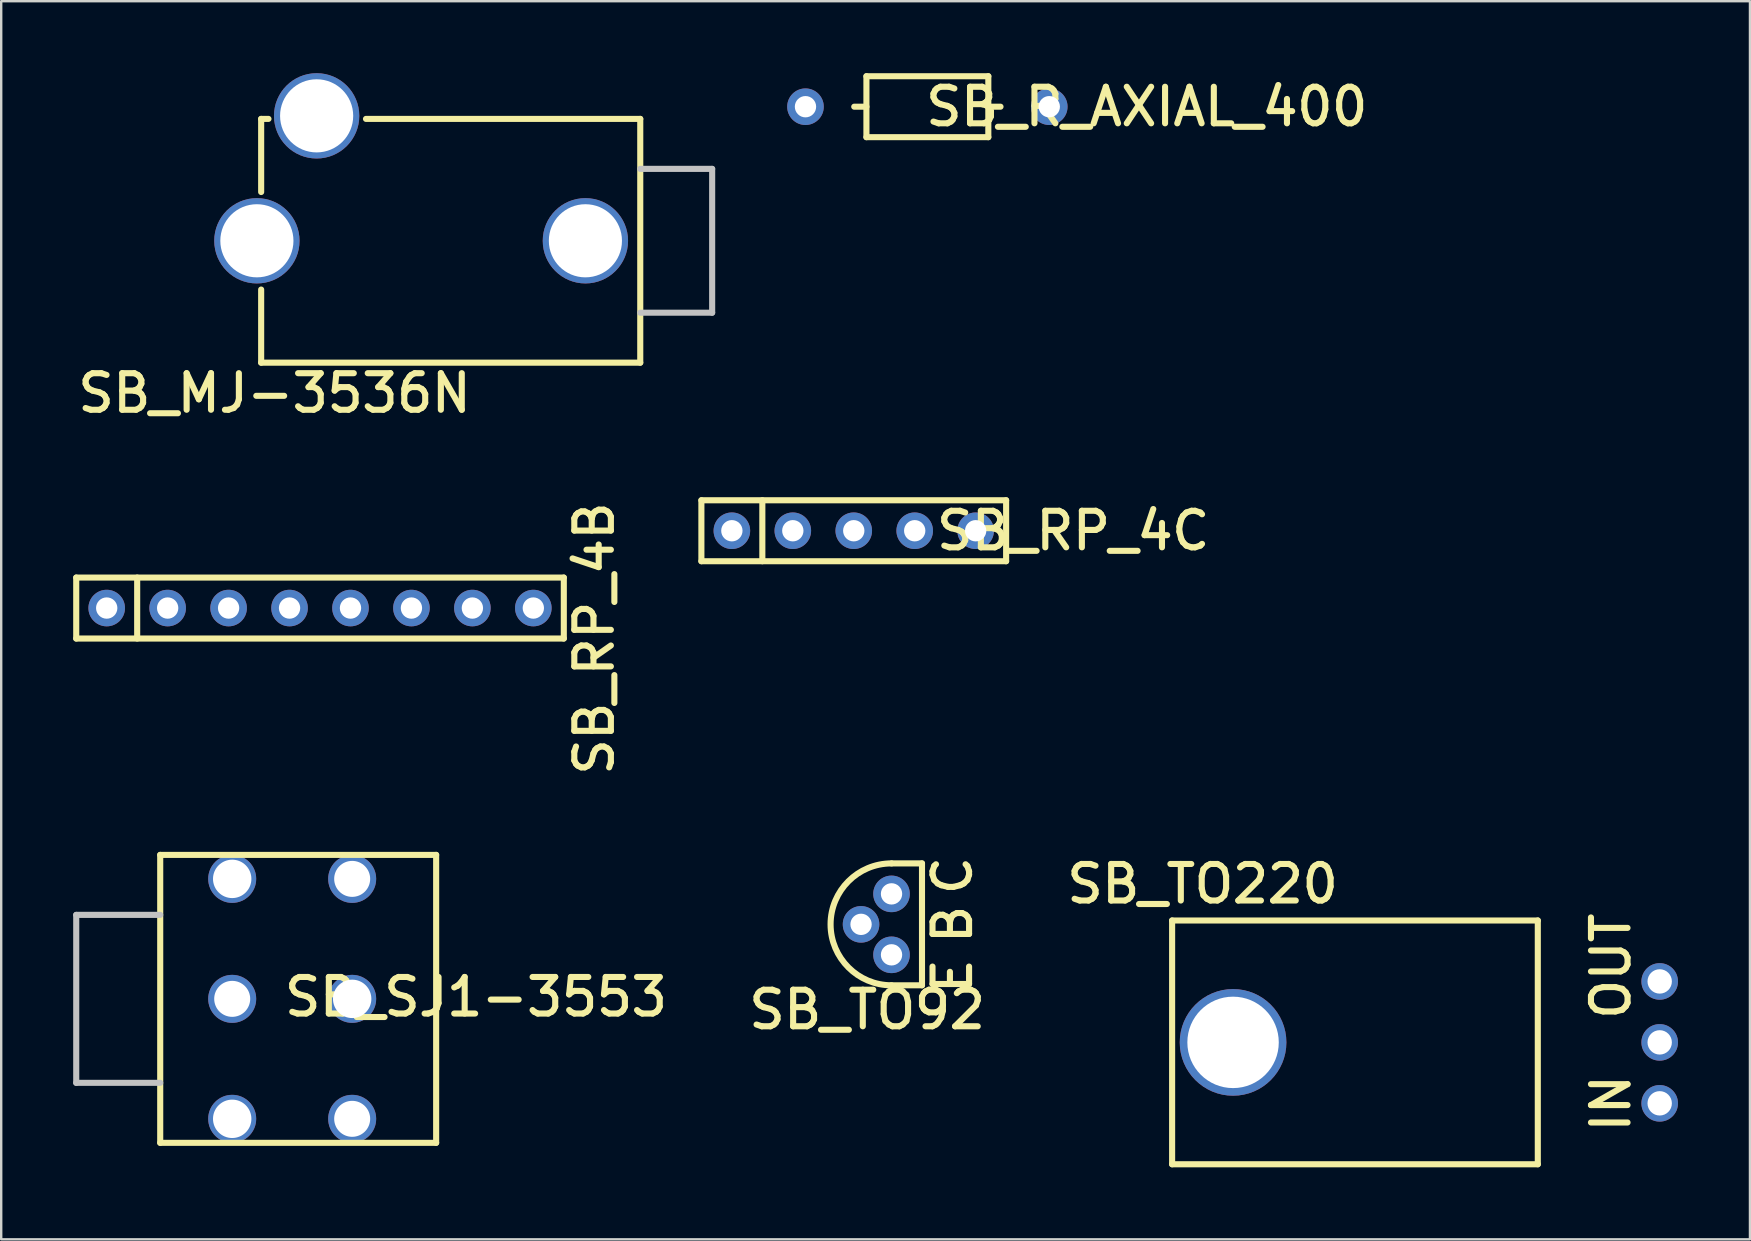
<source format=kicad_pcb>
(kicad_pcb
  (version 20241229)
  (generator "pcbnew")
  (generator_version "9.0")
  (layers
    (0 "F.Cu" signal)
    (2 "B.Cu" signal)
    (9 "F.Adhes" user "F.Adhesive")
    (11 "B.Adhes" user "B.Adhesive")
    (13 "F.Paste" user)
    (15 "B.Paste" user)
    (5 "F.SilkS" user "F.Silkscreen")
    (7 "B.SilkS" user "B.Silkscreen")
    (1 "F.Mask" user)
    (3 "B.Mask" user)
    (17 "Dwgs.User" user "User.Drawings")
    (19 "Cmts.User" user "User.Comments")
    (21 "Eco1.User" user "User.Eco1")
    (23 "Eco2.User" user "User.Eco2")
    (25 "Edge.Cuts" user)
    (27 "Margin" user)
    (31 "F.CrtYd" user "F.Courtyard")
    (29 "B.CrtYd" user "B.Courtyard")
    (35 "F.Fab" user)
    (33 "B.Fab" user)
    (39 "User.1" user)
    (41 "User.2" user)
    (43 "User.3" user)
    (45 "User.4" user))
  (footprint "SB_R_AXIAL_400"
    (layer "F.Cu")
    (at 30.519 1.397)
    (property "Reference" "SB_R_AXIAL_400" (at 14.224 0 0) (layer "F.SilkS") (effects (font (size 1.524 1.524) (thickness 0.254))))
    (attr through_hole)
    (fp_line (start 2.54 -1.27) (end 2.54 1.27) (stroke (width 0.254) (type solid)) (layer "F.SilkS"))
    (fp_line (start 2.54 -1.27) (end 7.62 -1.27) (stroke (width 0.254) (type solid)) (layer "F.SilkS"))
    (fp_line (start 2.54 0) (end 2.032 0) (stroke (width 0.254) (type solid)) (layer "F.SilkS"))
    (fp_line (start 2.54 1.27) (end 7.62 1.27) (stroke (width 0.254) (type solid)) (layer "F.SilkS"))
    (fp_line (start 7.62 0) (end 8.128 0) (stroke (width 0.254) (type solid)) (layer "F.SilkS"))
    (fp_line (start 7.62 1.27) (end 7.62 -1.27) (stroke (width 0.254) (type solid)) (layer "F.SilkS"))
    (pad "1" thru_hole circle (at 0 0 270) (size 1.524 1.524) (drill 0.889) (layers "*.Cu" "*.Mask"))
    (pad "2" thru_hole circle (at 10.16 0 270) (size 1.524 1.524) (drill 0.889) (layers "*.Cu" "*.Mask")))
  (footprint "SB_TO92"
    (layer "F.Cu")
    (at 34.105 36.743)
    (property "Reference" "SB_TO92" (at -1.016 2.286 0) (layer "F.SilkS") (effects (font (size 1.524 1.524) (thickness 0.254))))
    (attr through_hole)
    (fp_line (start 0 1.27) (end 1.27 1.27) (stroke (width 0.254) (type solid)) (layer "F.SilkS"))
    (fp_line (start 1.27 -3.81) (end 0 -3.81) (stroke (width 0.254) (type solid)) (layer "F.SilkS"))
    (fp_line (start 1.27 1.27) (end 1.27 -3.81) (stroke (width 0.254) (type solid)) (layer "F.SilkS"))
    (fp_arc (start 0 1.27) (mid -2.54 -1.27) (end 0 -3.81) (stroke (width 0.254) (type solid)) (layer "F.SilkS"))
    (fp_text user "E" (at 2.54 0.889 90) (layer "F.SilkS") (effects (font (size 1.524 1.524) (thickness 0.254))))
    (fp_text user "B" (at 2.54 -1.27 90) (layer "F.SilkS") (effects (font (size 1.524 1.524) (thickness 0.254))))
    (fp_text user "C" (at 2.54 -3.302 90) (layer "F.SilkS") (effects (font (size 1.524 1.524) (thickness 0.254))))
    (pad "1" thru_hole circle (at 0 0 270) (size 1.524 1.524) (drill 0.889) (layers "*.Cu" "*.Mask"))
    (pad "2" thru_hole circle (at -1.27 -1.27 270) (size 1.524 1.524) (drill 0.889) (layers "*.Cu" "*.Mask"))
    (pad "3" thru_hole circle (at 0 -2.54 270) (size 1.524 1.524) (drill 0.889) (layers "*.Cu" "*.Mask")))
  (footprint "SB_RP_4C"
    (layer "F.Cu")
    (at 27.451 19.069)
    (property "Reference" "SB_RP_4C" (at 14.224 0 0) (layer "F.SilkS") (effects (font (size 1.524 1.524) (thickness 0.254))))
    (attr through_hole)
    (fp_line (start -1.27 -1.27) (end -1.27 1.27) (stroke (width 0.254) (type solid)) (layer "F.SilkS"))
    (fp_line (start -1.27 1.27) (end 11.43 1.27) (stroke (width 0.254) (type solid)) (layer "F.SilkS"))
    (fp_line (start 1.27 -1.27) (end 1.27 1.27) (stroke (width 0.254) (type solid)) (layer "F.SilkS"))
    (fp_line (start 11.43 -1.27) (end -1.27 -1.27) (stroke (width 0.254) (type solid)) (layer "F.SilkS"))
    (fp_line (start 11.43 1.27) (end 11.43 -1.27) (stroke (width 0.254) (type solid)) (layer "F.SilkS"))
    (pad "1" thru_hole circle (at 0 0 270) (size 1.524 1.524) (drill 0.889) (layers "*.Cu" "*.Mask"))
    (pad "2" thru_hole circle (at 2.54 0 270) (size 1.524 1.524) (drill 0.889) (layers "*.Cu" "*.Mask"))
    (pad "3" thru_hole circle (at 5.08 0) (size 1.524 1.524) (drill 0.889) (layers "*.Cu" "*.Mask"))
    (pad "4" thru_hole circle (at 7.62 0) (size 1.524 1.524) (drill 0.889) (layers "*.Cu" "*.Mask"))
    (pad "5" thru_hole circle (at 10.16 0) (size 1.524 1.524) (drill 0.889) (layers "*.Cu" "*.Mask")))
  (footprint "SB_SJ1-3553"
    (layer "F.Cu")
    (at 6.627 38.578)
    (property "Reference" "SB_SJ1-3553" (at 10.16 -0.08 0) (layer "F.SilkS") (effects (font (size 1.524 1.524) (thickness 0.254))))
    (attr through_hole)
    (fp_line (start -3 -6) (end 8.5 -6) (stroke (width 0.254) (type solid)) (layer "F.SilkS"))
    (fp_line (start -3 6) (end -3 -6) (stroke (width 0.254) (type solid)) (layer "F.SilkS"))
    (fp_line (start -3 6) (end 8.5 6) (stroke (width 0.254) (type solid)) (layer "F.SilkS"))
    (fp_line (start 8.5 6) (end 8.5 -6) (stroke (width 0.254) (type solid)) (layer "F.SilkS"))
    (fp_line (start -6.5 -3.5) (end -6.5 3.5) (stroke (width 0.254) (type solid)) (layer "Dwgs.User"))
    (fp_line (start -6.5 3.5) (end -3 3.5) (stroke (width 0.254) (type solid)) (layer "Dwgs.User"))
    (fp_line (start -3 -3.5) (end -6.5 -3.5) (stroke (width 0.254) (type solid)) (layer "Dwgs.User"))
    (pad "0" thru_hole circle (at 0 -5) (size 2 2) (drill 1.6) (layers "*.Cu" "*.Mask"))
    (pad "0" thru_hole circle (at 0 5) (size 2 2) (drill 1.6) (layers "*.Cu" "*.Mask"))
    (pad "0" thru_hole circle (at 5 0) (size 2 2) (drill 1.6) (layers "*.Cu" "*.Mask"))
    (pad "1" thru_hole circle (at 5 5) (size 2 2) (drill 1.5) (layers "*.Cu" "*.Mask"))
    (pad "2" thru_hole circle (at 5 -5) (size 2 2) (drill 1.5) (layers "*.Cu" "*.Mask"))
    (pad "3" thru_hole circle (at 0 0) (size 2 2) (drill 1.5) (layers "*.Cu" "*.Mask")))
  (footprint "SB_TO220"
    (layer "F.Cu")
    (at 66.119 42.932)
    (property "Reference" "SB_TO220" (at -19.05 -9.144 0) (layer "F.SilkS") (effects (font (size 1.524 1.524) (thickness 0.254))))
    (attr through_hole)
    (fp_line (start -20.32 -7.62) (end -20.32 2.54) (stroke (width 0.254) (type solid)) (layer "F.SilkS"))
    (fp_line (start -20.32 2.54) (end -5.08 2.54) (stroke (width 0.254) (type solid)) (layer "F.SilkS"))
    (fp_line (start -5.08 -7.62) (end -20.32 -7.62) (stroke (width 0.254) (type solid)) (layer "F.SilkS"))
    (fp_line (start -5.08 2.54) (end -5.08 -7.62) (stroke (width 0.254) (type solid)) (layer "F.SilkS"))
    (fp_text user "OUT" (at -2.032 -5.715 90) (layer "F.SilkS") (effects (font (size 1.524 1.524) (thickness 0.254))))
    (fp_text user "IN" (at -2.032 0 90) (layer "F.SilkS") (effects (font (size 1.524 1.524) (thickness 0.254))))
    (pad "1" thru_hole circle (at 0 0 270) (size 1.524 1.524) (drill 1.016) (layers "*.Cu" "*.Mask"))
    (pad "2" thru_hole circle (at -17.78 -2.54 270) (size 4.445 4.445) (drill 3.81) (layers "*.Cu" "*.Mask"))
    (pad "2" thru_hole circle (at 0 -2.54 270) (size 1.524 1.524) (drill 1.016) (layers "*.Cu" "*.Mask"))
    (pad "3" thru_hole circle (at 0 -5.08 270) (size 1.524 1.524) (drill 1.016) (layers "*.Cu" "*.Mask")))
  (footprint "SB_MJ-3536N"
    (layer "F.Cu")
    (at 21.347 6.985)
    (property "Reference" "SB_MJ-3536N" (at -12.954 6.35 0) (layer "F.SilkS") (effects (font (size 1.524 1.524) (thickness 0.254))))
    (attr through_hole)
    (fp_line (start -13.513 -5.08) (end -13.513 -2.032) (stroke (width 0.254) (type solid)) (layer "F.SilkS"))
    (fp_line (start -13.513 -5.08) (end -13.208 -5.08) (stroke (width 0.254) (type solid)) (layer "F.SilkS"))
    (fp_line (start -13.513 5.08) (end -13.513 2.032) (stroke (width 0.254) (type solid)) (layer "F.SilkS"))
    (fp_line (start 2.286 -5.08) (end -9.144 -5.08) (stroke (width 0.254) (type solid)) (layer "F.SilkS"))
    (fp_line (start 2.286 5.08) (end -13.513 5.08) (stroke (width 0.254) (type solid)) (layer "F.SilkS"))
    (fp_line (start 2.286 5.08) (end 2.286 -5.08) (stroke (width 0.254) (type solid)) (layer "F.SilkS"))
    (fp_line (start 2.286 -2.997) (end 5.283 -2.997) (stroke (width 0.254) (type solid)) (layer "Dwgs.User"))
    (fp_line (start 2.286 2.997) (end 5.283 2.997) (stroke (width 0.254) (type solid)) (layer "Dwgs.User"))
    (fp_line (start 5.283 -2.997) (end 5.283 2.997) (stroke (width 0.254) (type solid)) (layer "Dwgs.User"))
    (pad "1" thru_hole circle (at -13.691 0 270) (size 3.556 3.556) (drill 3.048) (layers "*.Cu" "*.Mask"))
    (pad "2" thru_hole circle (at 0 0 270) (size 3.556 3.556) (drill 3.048) (layers "*.Cu" "*.Mask"))
    (pad "3" thru_hole circle (at -11.201 -5.207 270) (size 3.556 3.556) (drill 3.048) (layers "*.Cu" "*.Mask")))
  (footprint "SB_RP_4B"
    (layer "F.Cu")
    (at 1.397 22.291)
    (property "Reference" "SB_RP_4B" (at 20.32 1.27 90) (layer "F.SilkS") (effects (font (size 1.524 1.524) (thickness 0.254))))
    (attr through_hole)
    (fp_line (start -1.27 -1.27) (end -1.27 1.27) (stroke (width 0.254) (type solid)) (layer "F.SilkS"))
    (fp_line (start -1.27 1.27) (end 19.05 1.27) (stroke (width 0.254) (type solid)) (layer "F.SilkS"))
    (fp_line (start 1.27 -1.27) (end 1.27 1.27) (stroke (width 0.254) (type solid)) (layer "F.SilkS"))
    (fp_line (start 19.05 -1.27) (end -1.27 -1.27) (stroke (width 0.254) (type solid)) (layer "F.SilkS"))
    (fp_line (start 19.05 1.27) (end 19.05 -1.27) (stroke (width 0.254) (type solid)) (layer "F.SilkS"))
    (pad "1" thru_hole circle (at 0 0 270) (size 1.524 1.524) (drill 0.889) (layers "*.Cu" "*.Mask"))
    (pad "2" thru_hole circle (at 2.54 0 270) (size 1.524 1.524) (drill 0.889) (layers "*.Cu" "*.Mask"))
    (pad "3" thru_hole circle (at 5.08 0) (size 1.524 1.524) (drill 0.889) (layers "*.Cu" "*.Mask"))
    (pad "4" thru_hole circle (at 7.62 0) (size 1.524 1.524) (drill 0.889) (layers "*.Cu" "*.Mask"))
    (pad "5" thru_hole circle (at 10.16 0) (size 1.524 1.524) (drill 0.889) (layers "*.Cu" "*.Mask"))
    (pad "6" thru_hole circle (at 12.7 0) (size 1.524 1.524) (drill 0.889) (layers "*.Cu" "*.Mask"))
    (pad "7" thru_hole circle (at 15.24 0) (size 1.524 1.524) (drill 0.889) (layers "*.Cu" "*.Mask"))
    (pad "8" thru_hole circle (at 17.78 0) (size 1.524 1.524) (drill 0.889) (layers "*.Cu" "*.Mask")))
  (gr_rect
    (start -3 -3)
    (end 69.881 48.599)
    (stroke (width 0.1) (type default))
    (fill no)
    (layer "Edge.Cuts")))
</source>
